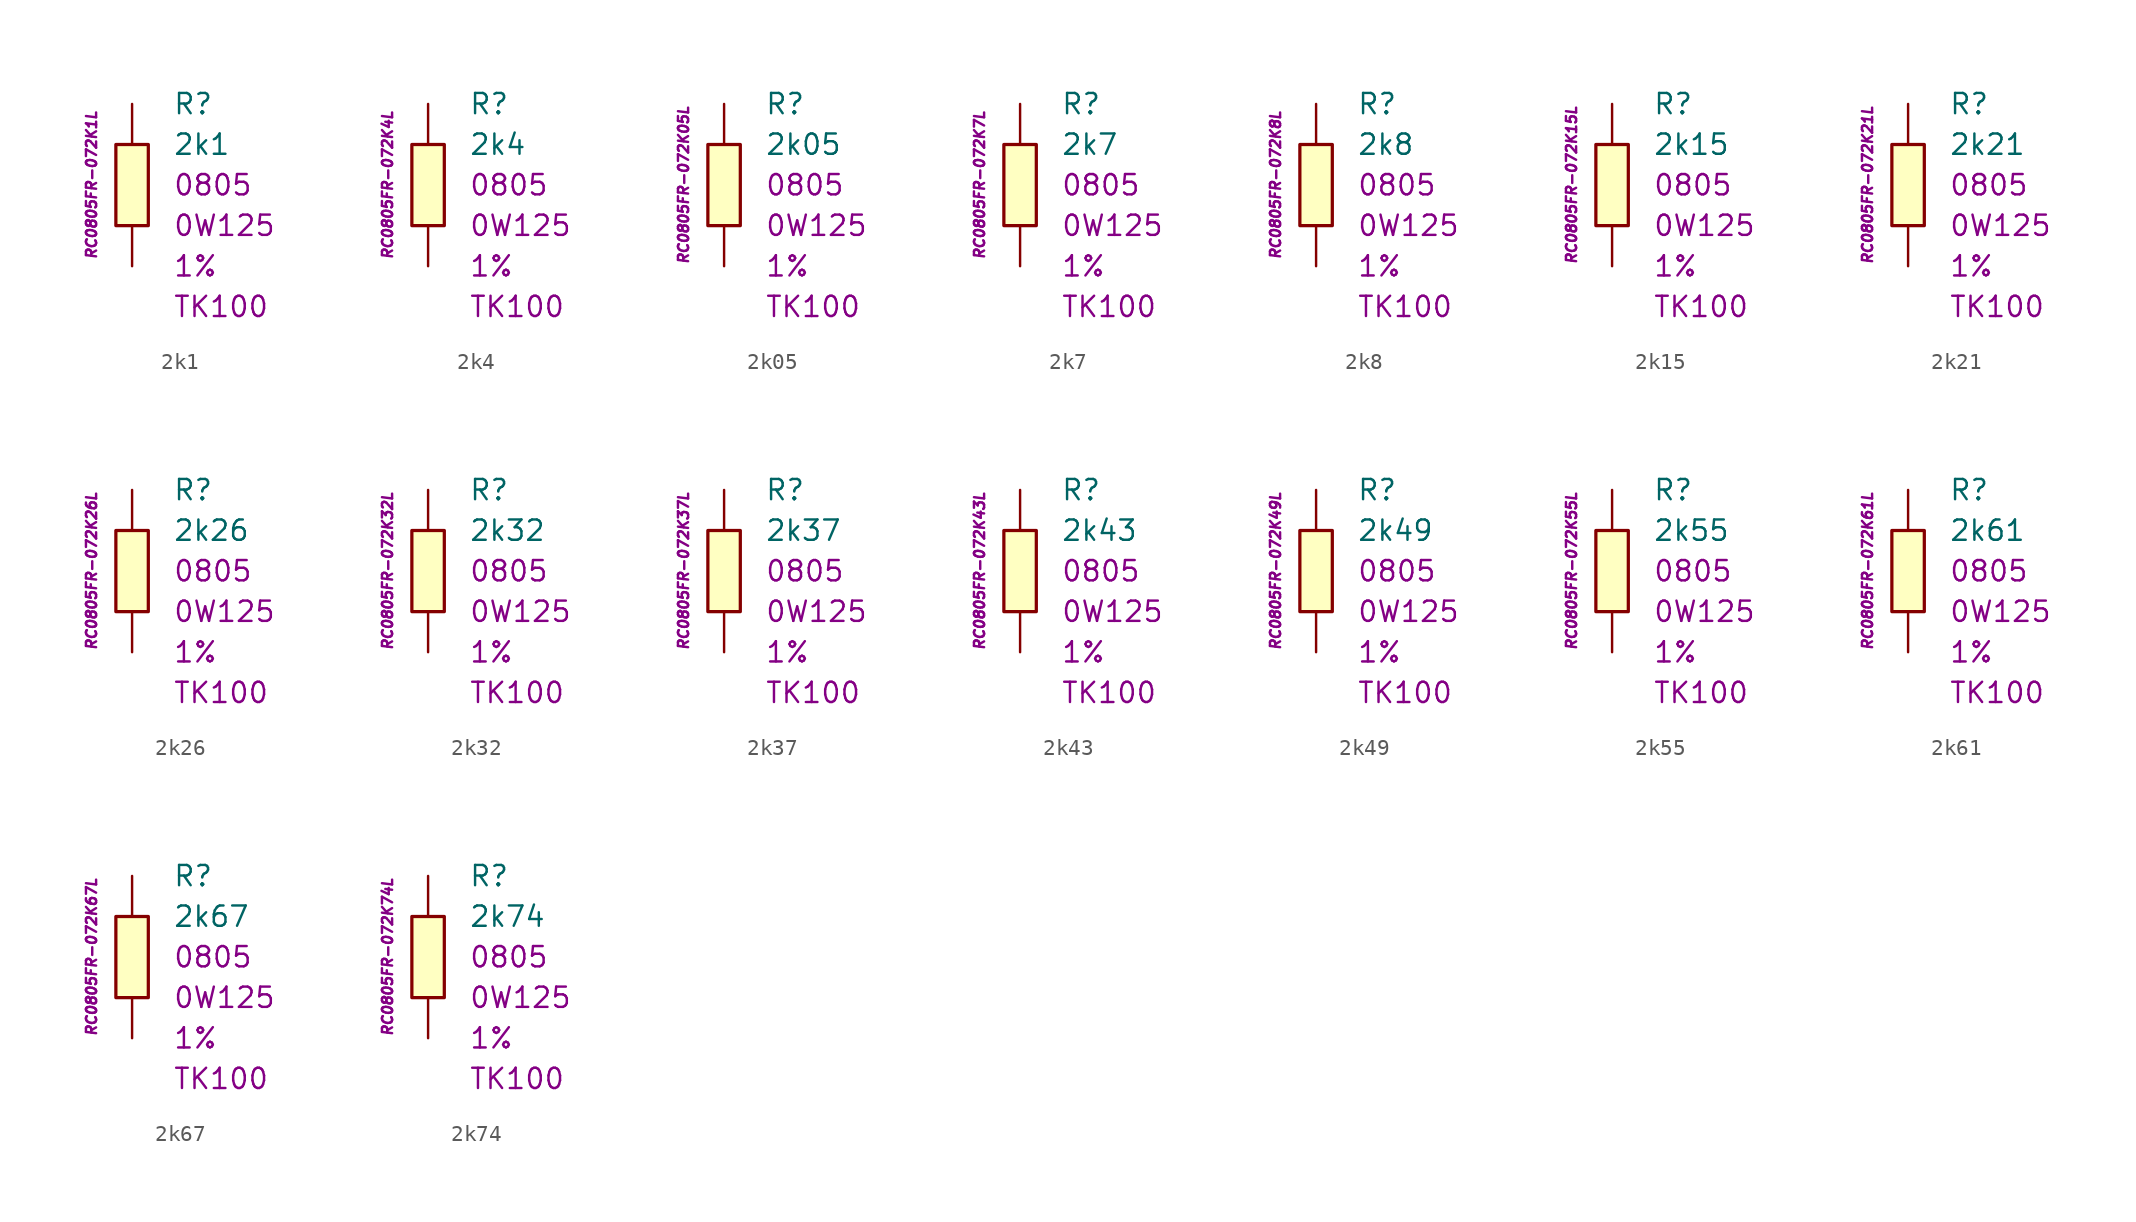
<source format=kicad_sym>
(kicad_symbol_lib
  (version 20201005)
  (generator kicad_symbol_editor)
  (symbol "2k1"
    (pin_numbers hide)
    (pin_names
      (offset 1.016) hide)
    (property "Reference" "R"
      (at 2.54 5.08 0)
      (effects (font (size 1.27 1.27)) (justify left)))
    (property "Value" "2k1"
      (at 2.54 2.54 0)
      (effects (font (size 1.27 1.27)) (justify left)))
    (property "Package" "0805"
      (at 2.54 0 0)
      (effects (font (size 1.27 1.27)) (justify left)))
    (property "Power" "0W125"
      (at 2.54 -2.54 0)
      (effects (font (size 1.27 1.27)) (justify left)))
    (property "Tolerance" "1%"
      (at 2.54 -5.08 0)
      (effects (font (size 1.27 1.27)) (justify left)))
    (property "TK" "TK100"
      (at 2.54 -7.62 0)
      (effects (font (size 1.27 1.27)) (justify left)))
    (property "ID" "RC0805FR-072K1L"
      (at -2.54 0 90)
      (effects (font (size 0.635 0.635) italic)))
    (symbol "2k1_0_1"
      (rectangle (start -1.016 2.54) (end 1.016 -2.54) (stroke (width 0.203)) (fill (type background))))
    (symbol "2k1_1_1"
      (pin passive line (at 0 5.08 270) (length 2.54) (name "~" (effects (font (size 1.778 1.778)))) (number "1" (effects (font (size 1.778 1.778)))))
      (pin passive line (at 0 -5.08 90) (length 2.54) (name "~" (effects (font (size 1.778 1.778)))) (number "2" (effects (font (size 1.778 1.778)))))))
  (symbol "2k4"
    (pin_numbers hide)
    (pin_names
      (offset 1.016) hide)
    (property "Reference" "R"
      (at 2.54 5.08 0)
      (effects (font (size 1.27 1.27)) (justify left)))
    (property "Value" "2k4"
      (at 2.54 2.54 0)
      (effects (font (size 1.27 1.27)) (justify left)))
    (property "Package" "0805"
      (at 2.54 0 0)
      (effects (font (size 1.27 1.27)) (justify left)))
    (property "Power" "0W125"
      (at 2.54 -2.54 0)
      (effects (font (size 1.27 1.27)) (justify left)))
    (property "Tolerance" "1%"
      (at 2.54 -5.08 0)
      (effects (font (size 1.27 1.27)) (justify left)))
    (property "TK" "TK100"
      (at 2.54 -7.62 0)
      (effects (font (size 1.27 1.27)) (justify left)))
    (property "ID" "RC0805FR-072K4L"
      (at -2.54 0 90)
      (effects (font (size 0.635 0.635) italic)))
    (symbol "2k4_0_1"
      (rectangle (start -1.016 2.54) (end 1.016 -2.54) (stroke (width 0.203)) (fill (type background))))
    (symbol "2k4_1_1"
      (pin passive line (at 0 5.08 270) (length 2.54) (name "~" (effects (font (size 1.778 1.778)))) (number "1" (effects (font (size 1.778 1.778)))))
      (pin passive line (at 0 -5.08 90) (length 2.54) (name "~" (effects (font (size 1.778 1.778)))) (number "2" (effects (font (size 1.778 1.778)))))))
  (symbol "2k05"
    (pin_numbers hide)
    (pin_names
      (offset 1.016) hide)
    (property "Reference" "R"
      (at 2.54 5.08 0)
      (effects (font (size 1.27 1.27)) (justify left)))
    (property "Value" "2k05"
      (at 2.54 2.54 0)
      (effects (font (size 1.27 1.27)) (justify left)))
    (property "Package" "0805"
      (at 2.54 0 0)
      (effects (font (size 1.27 1.27)) (justify left)))
    (property "Power" "0W125"
      (at 2.54 -2.54 0)
      (effects (font (size 1.27 1.27)) (justify left)))
    (property "Tolerance" "1%"
      (at 2.54 -5.08 0)
      (effects (font (size 1.27 1.27)) (justify left)))
    (property "TK" "TK100"
      (at 2.54 -7.62 0)
      (effects (font (size 1.27 1.27)) (justify left)))
    (property "ID" "RC0805FR-072K05L"
      (at -2.54 0 90)
      (effects (font (size 0.635 0.635) italic)))
    (symbol "2k05_0_1"
      (rectangle (start -1.016 2.54) (end 1.016 -2.54) (stroke (width 0.203)) (fill (type background))))
    (symbol "2k05_1_1"
      (pin passive line (at 0 5.08 270) (length 2.54) (name "~" (effects (font (size 1.778 1.778)))) (number "1" (effects (font (size 1.778 1.778)))))
      (pin passive line (at 0 -5.08 90) (length 2.54) (name "~" (effects (font (size 1.778 1.778)))) (number "2" (effects (font (size 1.778 1.778)))))))
  (symbol "2k7"
    (pin_numbers hide)
    (pin_names
      (offset 1.016) hide)
    (property "Reference" "R"
      (at 2.54 5.08 0)
      (effects (font (size 1.27 1.27)) (justify left)))
    (property "Value" "2k7"
      (at 2.54 2.54 0)
      (effects (font (size 1.27 1.27)) (justify left)))
    (property "Package" "0805"
      (at 2.54 0 0)
      (effects (font (size 1.27 1.27)) (justify left)))
    (property "Power" "0W125"
      (at 2.54 -2.54 0)
      (effects (font (size 1.27 1.27)) (justify left)))
    (property "Tolerance" "1%"
      (at 2.54 -5.08 0)
      (effects (font (size 1.27 1.27)) (justify left)))
    (property "TK" "TK100"
      (at 2.54 -7.62 0)
      (effects (font (size 1.27 1.27)) (justify left)))
    (property "ID" "RC0805FR-072K7L"
      (at -2.54 0 90)
      (effects (font (size 0.635 0.635) italic)))
    (symbol "2k7_0_1"
      (rectangle (start -1.016 2.54) (end 1.016 -2.54) (stroke (width 0.203)) (fill (type background))))
    (symbol "2k7_1_1"
      (pin passive line (at 0 5.08 270) (length 2.54) (name "~" (effects (font (size 1.778 1.778)))) (number "1" (effects (font (size 1.778 1.778)))))
      (pin passive line (at 0 -5.08 90) (length 2.54) (name "~" (effects (font (size 1.778 1.778)))) (number "2" (effects (font (size 1.778 1.778)))))))
  (symbol "2k8"
    (pin_numbers hide)
    (pin_names
      (offset 1.016) hide)
    (property "Reference" "R"
      (at 2.54 5.08 0)
      (effects (font (size 1.27 1.27)) (justify left)))
    (property "Value" "2k8"
      (at 2.54 2.54 0)
      (effects (font (size 1.27 1.27)) (justify left)))
    (property "Package" "0805"
      (at 2.54 0 0)
      (effects (font (size 1.27 1.27)) (justify left)))
    (property "Power" "0W125"
      (at 2.54 -2.54 0)
      (effects (font (size 1.27 1.27)) (justify left)))
    (property "Tolerance" "1%"
      (at 2.54 -5.08 0)
      (effects (font (size 1.27 1.27)) (justify left)))
    (property "TK" "TK100"
      (at 2.54 -7.62 0)
      (effects (font (size 1.27 1.27)) (justify left)))
    (property "ID" "RC0805FR-072K8L"
      (at -2.54 0 90)
      (effects (font (size 0.635 0.635) italic)))
    (symbol "2k8_0_1"
      (rectangle (start -1.016 2.54) (end 1.016 -2.54) (stroke (width 0.203)) (fill (type background))))
    (symbol "2k8_1_1"
      (pin passive line (at 0 5.08 270) (length 2.54) (name "~" (effects (font (size 1.778 1.778)))) (number "1" (effects (font (size 1.778 1.778)))))
      (pin passive line (at 0 -5.08 90) (length 2.54) (name "~" (effects (font (size 1.778 1.778)))) (number "2" (effects (font (size 1.778 1.778)))))))
  (symbol "2k15"
    (pin_numbers hide)
    (pin_names
      (offset 1.016) hide)
    (property "Reference" "R"
      (at 2.54 5.08 0)
      (effects (font (size 1.27 1.27)) (justify left)))
    (property "Value" "2k15"
      (at 2.54 2.54 0)
      (effects (font (size 1.27 1.27)) (justify left)))
    (property "Package" "0805"
      (at 2.54 0 0)
      (effects (font (size 1.27 1.27)) (justify left)))
    (property "Power" "0W125"
      (at 2.54 -2.54 0)
      (effects (font (size 1.27 1.27)) (justify left)))
    (property "Tolerance" "1%"
      (at 2.54 -5.08 0)
      (effects (font (size 1.27 1.27)) (justify left)))
    (property "TK" "TK100"
      (at 2.54 -7.62 0)
      (effects (font (size 1.27 1.27)) (justify left)))
    (property "ID" "RC0805FR-072K15L"
      (at -2.54 0 90)
      (effects (font (size 0.635 0.635) italic)))
    (symbol "2k15_0_1"
      (rectangle (start -1.016 2.54) (end 1.016 -2.54) (stroke (width 0.203)) (fill (type background))))
    (symbol "2k15_1_1"
      (pin passive line (at 0 5.08 270) (length 2.54) (name "~" (effects (font (size 1.778 1.778)))) (number "1" (effects (font (size 1.778 1.778)))))
      (pin passive line (at 0 -5.08 90) (length 2.54) (name "~" (effects (font (size 1.778 1.778)))) (number "2" (effects (font (size 1.778 1.778)))))))
  (symbol "2k21"
    (pin_numbers hide)
    (pin_names
      (offset 1.016) hide)
    (property "Reference" "R"
      (at 2.54 5.08 0)
      (effects (font (size 1.27 1.27)) (justify left)))
    (property "Value" "2k21"
      (at 2.54 2.54 0)
      (effects (font (size 1.27 1.27)) (justify left)))
    (property "Package" "0805"
      (at 2.54 0 0)
      (effects (font (size 1.27 1.27)) (justify left)))
    (property "Power" "0W125"
      (at 2.54 -2.54 0)
      (effects (font (size 1.27 1.27)) (justify left)))
    (property "Tolerance" "1%"
      (at 2.54 -5.08 0)
      (effects (font (size 1.27 1.27)) (justify left)))
    (property "TK" "TK100"
      (at 2.54 -7.62 0)
      (effects (font (size 1.27 1.27)) (justify left)))
    (property "ID" "RC0805FR-072K21L"
      (at -2.54 0 90)
      (effects (font (size 0.635 0.635) italic)))
    (symbol "2k21_0_1"
      (rectangle (start -1.016 2.54) (end 1.016 -2.54) (stroke (width 0.203)) (fill (type background))))
    (symbol "2k21_1_1"
      (pin passive line (at 0 5.08 270) (length 2.54) (name "~" (effects (font (size 1.778 1.778)))) (number "1" (effects (font (size 1.778 1.778)))))
      (pin passive line (at 0 -5.08 90) (length 2.54) (name "~" (effects (font (size 1.778 1.778)))) (number "2" (effects (font (size 1.778 1.778)))))))
  (symbol "2k26"
    (pin_numbers hide)
    (pin_names
      (offset 1.016) hide)
    (property "Reference" "R"
      (at 2.54 5.08 0)
      (effects (font (size 1.27 1.27)) (justify left)))
    (property "Value" "2k26"
      (at 2.54 2.54 0)
      (effects (font (size 1.27 1.27)) (justify left)))
    (property "Package" "0805"
      (at 2.54 0 0)
      (effects (font (size 1.27 1.27)) (justify left)))
    (property "Power" "0W125"
      (at 2.54 -2.54 0)
      (effects (font (size 1.27 1.27)) (justify left)))
    (property "Tolerance" "1%"
      (at 2.54 -5.08 0)
      (effects (font (size 1.27 1.27)) (justify left)))
    (property "TK" "TK100"
      (at 2.54 -7.62 0)
      (effects (font (size 1.27 1.27)) (justify left)))
    (property "ID" "RC0805FR-072K26L"
      (at -2.54 0 90)
      (effects (font (size 0.635 0.635) italic)))
    (symbol "2k26_0_1"
      (rectangle (start -1.016 2.54) (end 1.016 -2.54) (stroke (width 0.203)) (fill (type background))))
    (symbol "2k26_1_1"
      (pin passive line (at 0 5.08 270) (length 2.54) (name "~" (effects (font (size 1.778 1.778)))) (number "1" (effects (font (size 1.778 1.778)))))
      (pin passive line (at 0 -5.08 90) (length 2.54) (name "~" (effects (font (size 1.778 1.778)))) (number "2" (effects (font (size 1.778 1.778)))))))
  (symbol "2k32"
    (pin_numbers hide)
    (pin_names
      (offset 1.016) hide)
    (property "Reference" "R"
      (at 2.54 5.08 0)
      (effects (font (size 1.27 1.27)) (justify left)))
    (property "Value" "2k32"
      (at 2.54 2.54 0)
      (effects (font (size 1.27 1.27)) (justify left)))
    (property "Package" "0805"
      (at 2.54 0 0)
      (effects (font (size 1.27 1.27)) (justify left)))
    (property "Power" "0W125"
      (at 2.54 -2.54 0)
      (effects (font (size 1.27 1.27)) (justify left)))
    (property "Tolerance" "1%"
      (at 2.54 -5.08 0)
      (effects (font (size 1.27 1.27)) (justify left)))
    (property "TK" "TK100"
      (at 2.54 -7.62 0)
      (effects (font (size 1.27 1.27)) (justify left)))
    (property "ID" "RC0805FR-072K32L"
      (at -2.54 0 90)
      (effects (font (size 0.635 0.635) italic)))
    (symbol "2k32_0_1"
      (rectangle (start -1.016 2.54) (end 1.016 -2.54) (stroke (width 0.203)) (fill (type background))))
    (symbol "2k32_1_1"
      (pin passive line (at 0 5.08 270) (length 2.54) (name "~" (effects (font (size 1.778 1.778)))) (number "1" (effects (font (size 1.778 1.778)))))
      (pin passive line (at 0 -5.08 90) (length 2.54) (name "~" (effects (font (size 1.778 1.778)))) (number "2" (effects (font (size 1.778 1.778)))))))
  (symbol "2k37"
    (pin_numbers hide)
    (pin_names
      (offset 1.016) hide)
    (property "Reference" "R"
      (at 2.54 5.08 0)
      (effects (font (size 1.27 1.27)) (justify left)))
    (property "Value" "2k37"
      (at 2.54 2.54 0)
      (effects (font (size 1.27 1.27)) (justify left)))
    (property "Package" "0805"
      (at 2.54 0 0)
      (effects (font (size 1.27 1.27)) (justify left)))
    (property "Power" "0W125"
      (at 2.54 -2.54 0)
      (effects (font (size 1.27 1.27)) (justify left)))
    (property "Tolerance" "1%"
      (at 2.54 -5.08 0)
      (effects (font (size 1.27 1.27)) (justify left)))
    (property "TK" "TK100"
      (at 2.54 -7.62 0)
      (effects (font (size 1.27 1.27)) (justify left)))
    (property "ID" "RC0805FR-072K37L"
      (at -2.54 0 90)
      (effects (font (size 0.635 0.635) italic)))
    (symbol "2k37_0_1"
      (rectangle (start -1.016 2.54) (end 1.016 -2.54) (stroke (width 0.203)) (fill (type background))))
    (symbol "2k37_1_1"
      (pin passive line (at 0 5.08 270) (length 2.54) (name "~" (effects (font (size 1.778 1.778)))) (number "1" (effects (font (size 1.778 1.778)))))
      (pin passive line (at 0 -5.08 90) (length 2.54) (name "~" (effects (font (size 1.778 1.778)))) (number "2" (effects (font (size 1.778 1.778)))))))
  (symbol "2k43"
    (pin_numbers hide)
    (pin_names
      (offset 1.016) hide)
    (property "Reference" "R"
      (at 2.54 5.08 0)
      (effects (font (size 1.27 1.27)) (justify left)))
    (property "Value" "2k43"
      (at 2.54 2.54 0)
      (effects (font (size 1.27 1.27)) (justify left)))
    (property "Package" "0805"
      (at 2.54 0 0)
      (effects (font (size 1.27 1.27)) (justify left)))
    (property "Power" "0W125"
      (at 2.54 -2.54 0)
      (effects (font (size 1.27 1.27)) (justify left)))
    (property "Tolerance" "1%"
      (at 2.54 -5.08 0)
      (effects (font (size 1.27 1.27)) (justify left)))
    (property "TK" "TK100"
      (at 2.54 -7.62 0)
      (effects (font (size 1.27 1.27)) (justify left)))
    (property "ID" "RC0805FR-072K43L"
      (at -2.54 0 90)
      (effects (font (size 0.635 0.635) italic)))
    (symbol "2k43_0_1"
      (rectangle (start -1.016 2.54) (end 1.016 -2.54) (stroke (width 0.203)) (fill (type background))))
    (symbol "2k43_1_1"
      (pin passive line (at 0 5.08 270) (length 2.54) (name "~" (effects (font (size 1.778 1.778)))) (number "1" (effects (font (size 1.778 1.778)))))
      (pin passive line (at 0 -5.08 90) (length 2.54) (name "~" (effects (font (size 1.778 1.778)))) (number "2" (effects (font (size 1.778 1.778)))))))
  (symbol "2k49"
    (pin_numbers hide)
    (pin_names
      (offset 1.016) hide)
    (property "Reference" "R"
      (at 2.54 5.08 0)
      (effects (font (size 1.27 1.27)) (justify left)))
    (property "Value" "2k49"
      (at 2.54 2.54 0)
      (effects (font (size 1.27 1.27)) (justify left)))
    (property "Package" "0805"
      (at 2.54 0 0)
      (effects (font (size 1.27 1.27)) (justify left)))
    (property "Power" "0W125"
      (at 2.54 -2.54 0)
      (effects (font (size 1.27 1.27)) (justify left)))
    (property "Tolerance" "1%"
      (at 2.54 -5.08 0)
      (effects (font (size 1.27 1.27)) (justify left)))
    (property "TK" "TK100"
      (at 2.54 -7.62 0)
      (effects (font (size 1.27 1.27)) (justify left)))
    (property "ID" "RC0805FR-072K49L"
      (at -2.54 0 90)
      (effects (font (size 0.635 0.635) italic)))
    (symbol "2k49_0_1"
      (rectangle (start -1.016 2.54) (end 1.016 -2.54) (stroke (width 0.203)) (fill (type background))))
    (symbol "2k49_1_1"
      (pin passive line (at 0 5.08 270) (length 2.54) (name "~" (effects (font (size 1.778 1.778)))) (number "1" (effects (font (size 1.778 1.778)))))
      (pin passive line (at 0 -5.08 90) (length 2.54) (name "~" (effects (font (size 1.778 1.778)))) (number "2" (effects (font (size 1.778 1.778)))))))
  (symbol "2k55"
    (pin_numbers hide)
    (pin_names
      (offset 1.016) hide)
    (property "Reference" "R"
      (at 2.54 5.08 0)
      (effects (font (size 1.27 1.27)) (justify left)))
    (property "Value" "2k55"
      (at 2.54 2.54 0)
      (effects (font (size 1.27 1.27)) (justify left)))
    (property "Package" "0805"
      (at 2.54 0 0)
      (effects (font (size 1.27 1.27)) (justify left)))
    (property "Power" "0W125"
      (at 2.54 -2.54 0)
      (effects (font (size 1.27 1.27)) (justify left)))
    (property "Tolerance" "1%"
      (at 2.54 -5.08 0)
      (effects (font (size 1.27 1.27)) (justify left)))
    (property "TK" "TK100"
      (at 2.54 -7.62 0)
      (effects (font (size 1.27 1.27)) (justify left)))
    (property "ID" "RC0805FR-072K55L"
      (at -2.54 0 90)
      (effects (font (size 0.635 0.635) italic)))
    (symbol "2k55_0_1"
      (rectangle (start -1.016 2.54) (end 1.016 -2.54) (stroke (width 0.203)) (fill (type background))))
    (symbol "2k55_1_1"
      (pin passive line (at 0 5.08 270) (length 2.54) (name "~" (effects (font (size 1.778 1.778)))) (number "1" (effects (font (size 1.778 1.778)))))
      (pin passive line (at 0 -5.08 90) (length 2.54) (name "~" (effects (font (size 1.778 1.778)))) (number "2" (effects (font (size 1.778 1.778)))))))
  (symbol "2k61"
    (pin_numbers hide)
    (pin_names
      (offset 1.016) hide)
    (property "Reference" "R"
      (at 2.54 5.08 0)
      (effects (font (size 1.27 1.27)) (justify left)))
    (property "Value" "2k61"
      (at 2.54 2.54 0)
      (effects (font (size 1.27 1.27)) (justify left)))
    (property "Package" "0805"
      (at 2.54 0 0)
      (effects (font (size 1.27 1.27)) (justify left)))
    (property "Power" "0W125"
      (at 2.54 -2.54 0)
      (effects (font (size 1.27 1.27)) (justify left)))
    (property "Tolerance" "1%"
      (at 2.54 -5.08 0)
      (effects (font (size 1.27 1.27)) (justify left)))
    (property "TK" "TK100"
      (at 2.54 -7.62 0)
      (effects (font (size 1.27 1.27)) (justify left)))
    (property "ID" "RC0805FR-072K61L"
      (at -2.54 0 90)
      (effects (font (size 0.635 0.635) italic)))
    (symbol "2k61_0_1"
      (rectangle (start -1.016 2.54) (end 1.016 -2.54) (stroke (width 0.203)) (fill (type background))))
    (symbol "2k61_1_1"
      (pin passive line (at 0 5.08 270) (length 2.54) (name "~" (effects (font (size 1.778 1.778)))) (number "1" (effects (font (size 1.778 1.778)))))
      (pin passive line (at 0 -5.08 90) (length 2.54) (name "~" (effects (font (size 1.778 1.778)))) (number "2" (effects (font (size 1.778 1.778)))))))
  (symbol "2k67"
    (pin_numbers hide)
    (pin_names
      (offset 1.016) hide)
    (property "Reference" "R"
      (at 2.54 5.08 0)
      (effects (font (size 1.27 1.27)) (justify left)))
    (property "Value" "2k67"
      (at 2.54 2.54 0)
      (effects (font (size 1.27 1.27)) (justify left)))
    (property "Package" "0805"
      (at 2.54 0 0)
      (effects (font (size 1.27 1.27)) (justify left)))
    (property "Power" "0W125"
      (at 2.54 -2.54 0)
      (effects (font (size 1.27 1.27)) (justify left)))
    (property "Tolerance" "1%"
      (at 2.54 -5.08 0)
      (effects (font (size 1.27 1.27)) (justify left)))
    (property "TK" "TK100"
      (at 2.54 -7.62 0)
      (effects (font (size 1.27 1.27)) (justify left)))
    (property "ID" "RC0805FR-072K67L"
      (at -2.54 0 90)
      (effects (font (size 0.635 0.635) italic)))
    (symbol "2k67_0_1"
      (rectangle (start -1.016 2.54) (end 1.016 -2.54) (stroke (width 0.203)) (fill (type background))))
    (symbol "2k67_1_1"
      (pin passive line (at 0 5.08 270) (length 2.54) (name "~" (effects (font (size 1.778 1.778)))) (number "1" (effects (font (size 1.778 1.778)))))
      (pin passive line (at 0 -5.08 90) (length 2.54) (name "~" (effects (font (size 1.778 1.778)))) (number "2" (effects (font (size 1.778 1.778)))))))
  (symbol "2k74"
    (pin_numbers hide)
    (pin_names
      (offset 1.016) hide)
    (property "Reference" "R"
      (at 2.54 5.08 0)
      (effects (font (size 1.27 1.27)) (justify left)))
    (property "Value" "2k74"
      (at 2.54 2.54 0)
      (effects (font (size 1.27 1.27)) (justify left)))
    (property "Package" "0805"
      (at 2.54 0 0)
      (effects (font (size 1.27 1.27)) (justify left)))
    (property "Power" "0W125"
      (at 2.54 -2.54 0)
      (effects (font (size 1.27 1.27)) (justify left)))
    (property "Tolerance" "1%"
      (at 2.54 -5.08 0)
      (effects (font (size 1.27 1.27)) (justify left)))
    (property "TK" "TK100"
      (at 2.54 -7.62 0)
      (effects (font (size 1.27 1.27)) (justify left)))
    (property "ID" "RC0805FR-072K74L"
      (at -2.54 0 90)
      (effects (font (size 0.635 0.635) italic)))
    (symbol "2k74_0_1"
      (rectangle (start -1.016 2.54) (end 1.016 -2.54) (stroke (width 0.203)) (fill (type background))))
    (symbol "2k74_1_1"
      (pin passive line (at 0 5.08 270) (length 2.54) (name "~" (effects (font (size 1.778 1.778)))) (number "1" (effects (font (size 1.778 1.778)))))
      (pin passive line (at 0 -5.08 90) (length 2.54) (name "~" (effects (font (size 1.778 1.778)))) (number "2" (effects (font (size 1.778 1.778))))))))
</source>
